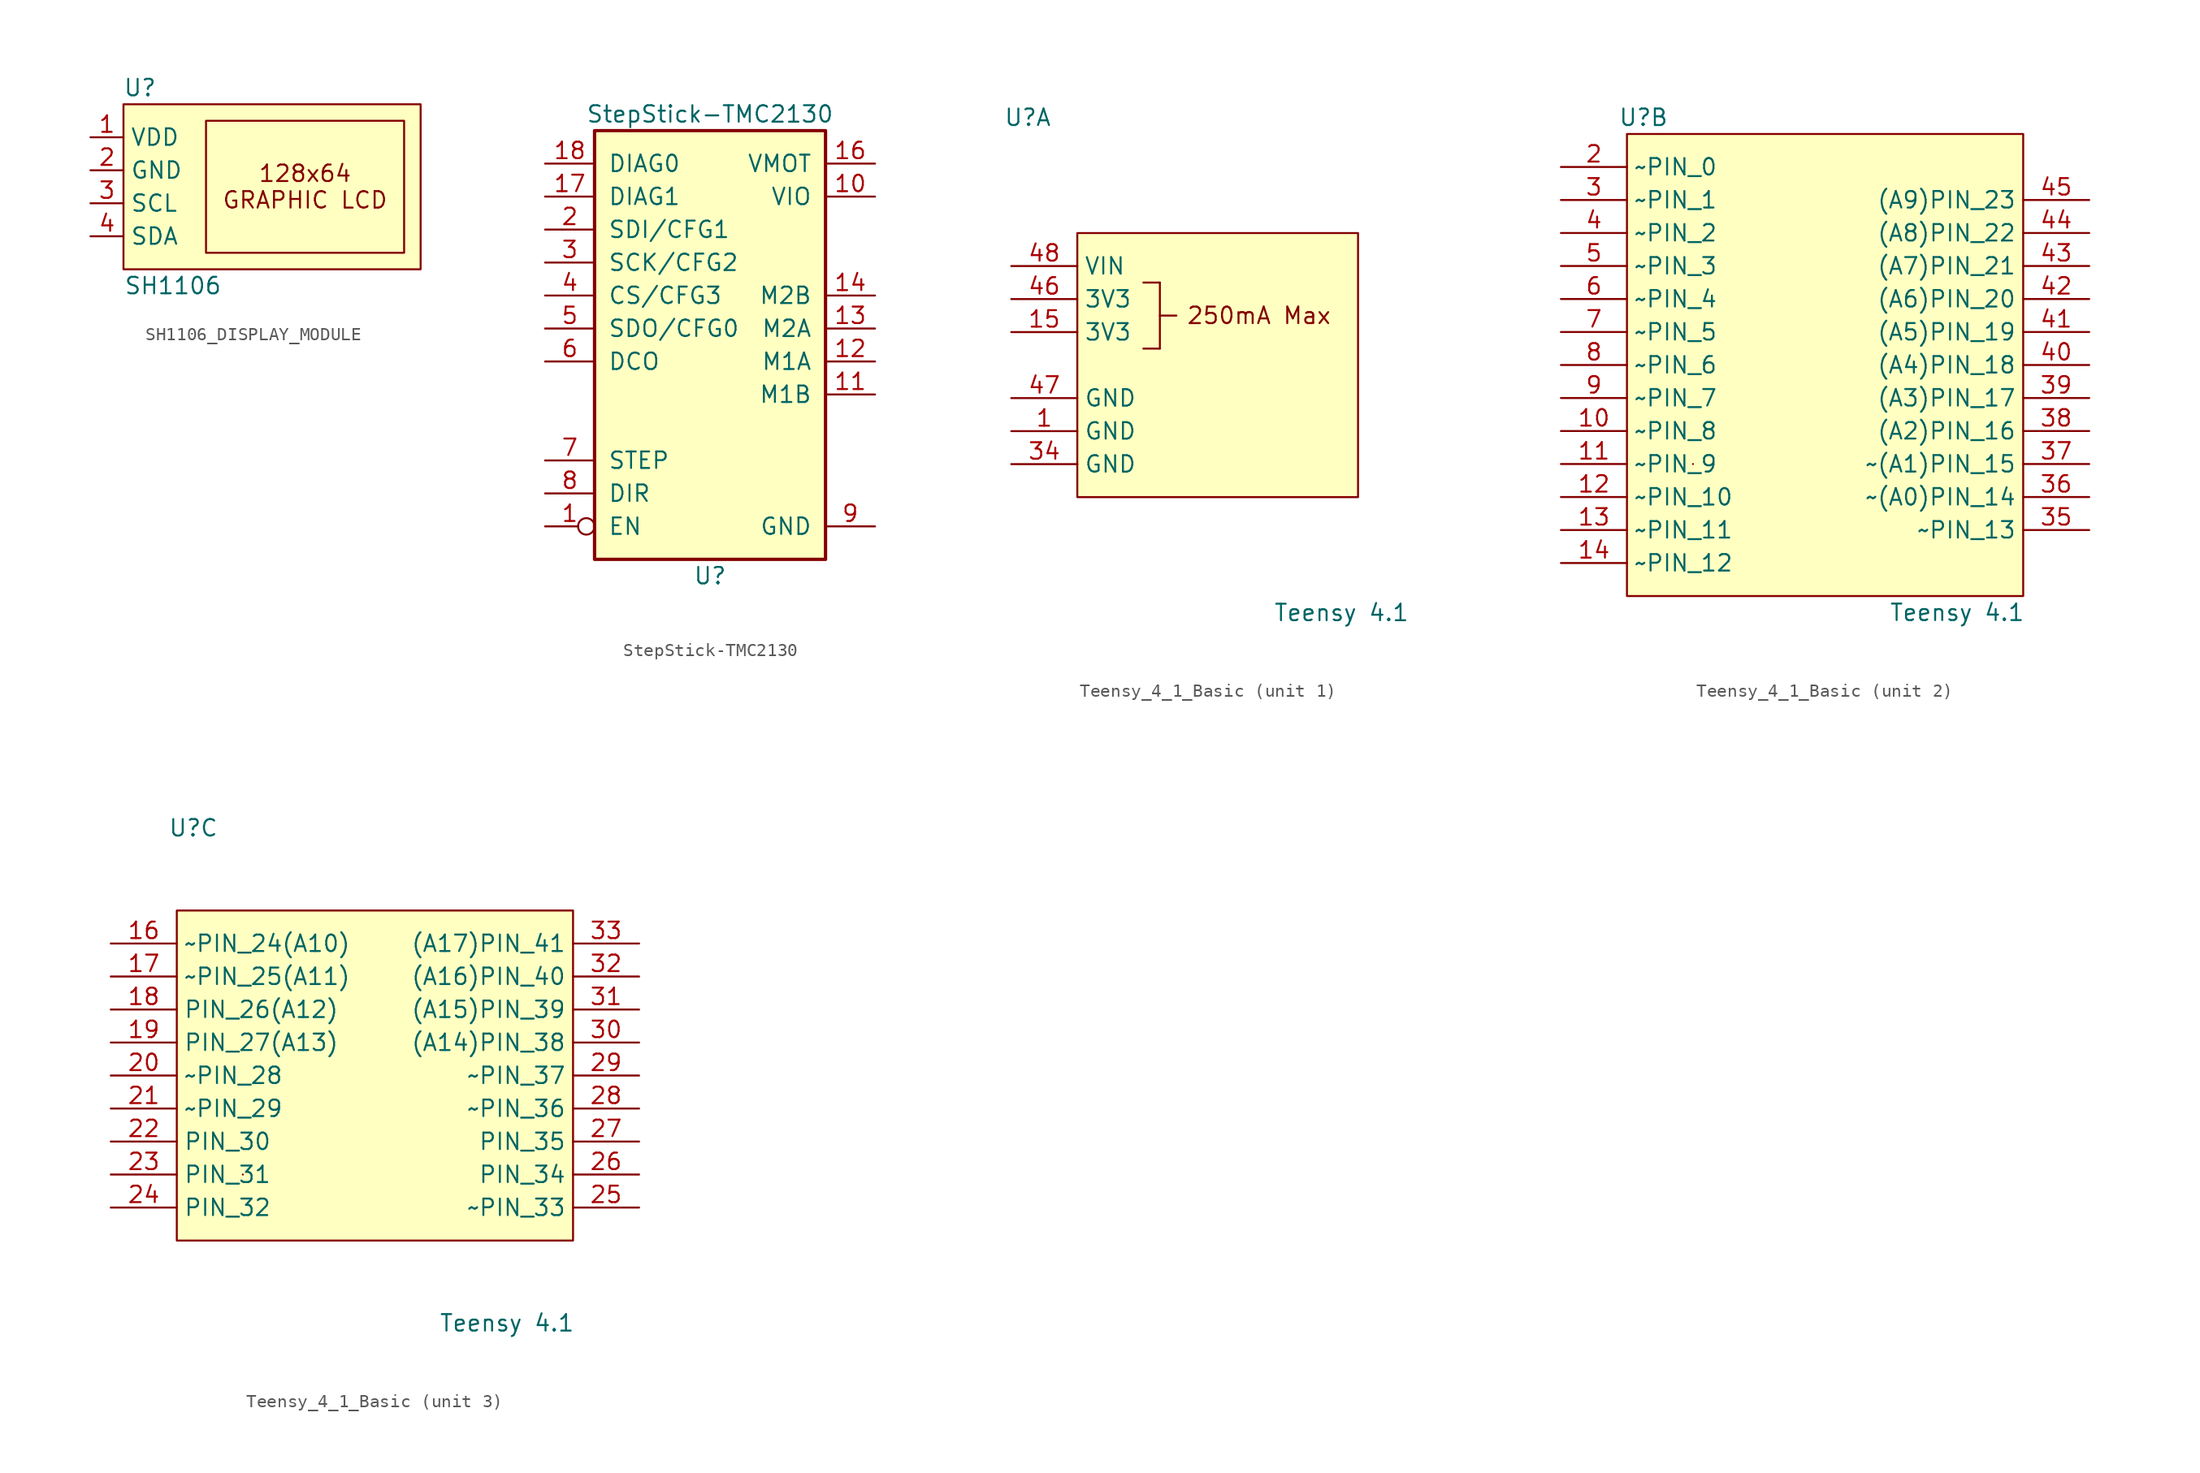
<source format=kicad_sym>
(kicad_symbol_lib
  (version 20220914)
  (generator kicad_symbol_editor)
  (symbol "SH1106_DISPLAY_MODULE"
    (property "Reference" "U"
      (at -10.16 7.62 0)
      (effects (font (size 1.27 1.27))))
    (property "Value" "SH1106"
      (at -7.62 -7.62 0)
      (effects (font (size 1.27 1.27))))
    (symbol "SH1106_DISPLAY_MODULE_1_1"
      (rectangle (start -11.43 6.35) (end 11.43 -6.35) (stroke (width 0) (type default)) (fill (type background)))
      (rectangle (start -5.08 5.08) (end 10.16 -5.08) (stroke (width 0) (type default)) (fill (type none)))
      (text "128x64\nGRAPHIC LCD" (at 2.54 0 0) (effects (font (size 1.27 1.27))))
      (pin power_in line (at -13.97 3.81 0) (length 2.54) (name "VDD" (effects (font (size 1.27 1.27)))) (number "1" (effects (font (size 1.27 1.27)))))
      (pin power_in line (at -13.97 1.27 0) (length 2.54) (name "GND" (effects (font (size 1.27 1.27)))) (number "2" (effects (font (size 1.27 1.27)))))
      (pin input line (at -13.97 -1.27 0) (length 2.54) (name "SCL" (effects (font (size 1.27 1.27)))) (number "3" (effects (font (size 1.27 1.27)))))
      (pin bidirectional line (at -13.97 -3.81 0) (length 2.54) (name "SDA" (effects (font (size 1.27 1.27)))) (number "4" (effects (font (size 1.27 1.27)))))))
  (symbol "StepStick-TMC2130"
    (pin_names
      (offset 1.016))
    (property "Reference" "U"
      (at 0 -17.78 0)
      (effects (font (size 1.27 1.27))))
    (property "Value" "StepStick-TMC2130"
      (at 0 17.78 0)
      (effects (font (size 1.27 1.27))))
    (symbol "StepStick-TMC2130_0_1"
      (rectangle (start -8.89 16.51) (end 8.89 -16.51) (stroke (width 0.254) (type solid)) (fill (type background))))
    (symbol "StepStick-TMC2130_1_1"
      (pin input inverted (at -12.7 -13.97 0) (length 3.81) (name "EN" (effects (font (size 1.27 1.27)))) (number "1" (effects (font (size 1.27 1.27)))))
      (pin power_in line (at 12.7 11.43 180) (length 3.81) (name "VIO" (effects (font (size 1.27 1.27)))) (number "10" (effects (font (size 1.27 1.27)))))
      (pin output line (at 12.7 -3.81 180) (length 3.81) (name "M1B" (effects (font (size 1.27 1.27)))) (number "11" (effects (font (size 1.27 1.27)))))
      (pin output line (at 12.7 -1.27 180) (length 3.81) (name "M1A" (effects (font (size 1.27 1.27)))) (number "12" (effects (font (size 1.27 1.27)))))
      (pin output line (at 12.7 1.27 180) (length 3.81) (name "M2A" (effects (font (size 1.27 1.27)))) (number "13" (effects (font (size 1.27 1.27)))))
      (pin output line (at 12.7 3.81 180) (length 3.81) (name "M2B" (effects (font (size 1.27 1.27)))) (number "14" (effects (font (size 1.27 1.27)))))
      (pin power_in line (at 12.7 -13.97 180) (length 3.81) hide (name "GND" (effects (font (size 1.27 1.27)))) (number "15" (effects (font (size 1.27 1.27)))))
      (pin power_in line (at 12.7 13.97 180) (length 3.81) (name "VMOT" (effects (font (size 1.27 1.27)))) (number "16" (effects (font (size 1.27 1.27)))))
      (pin output line (at -12.7 11.43 0) (length 3.81) (name "DIAG1" (effects (font (size 1.27 1.27)))) (number "17" (effects (font (size 1.27 1.27)))))
      (pin output line (at -12.7 13.97 0) (length 3.81) (name "DIAG0" (effects (font (size 1.27 1.27)))) (number "18" (effects (font (size 1.27 1.27)))))
      (pin input line (at -12.7 8.89 0) (length 3.81) (name "SDI/CFG1" (effects (font (size 1.27 1.27)))) (number "2" (effects (font (size 1.27 1.27)))))
      (pin input line (at -12.7 6.35 0) (length 3.81) (name "SCK/CFG2" (effects (font (size 1.27 1.27)))) (number "3" (effects (font (size 1.27 1.27)))))
      (pin input line (at -12.7 3.81 0) (length 3.81) (name "CS/CFG3" (effects (font (size 1.27 1.27)))) (number "4" (effects (font (size 1.27 1.27)))))
      (pin tri_state line (at -12.7 1.27 0) (length 3.81) (name "SDO/CFG0" (effects (font (size 1.27 1.27)))) (number "5" (effects (font (size 1.27 1.27)))))
      (pin output line (at -12.7 -1.27 0) (length 3.81) (name "DCO" (effects (font (size 1.27 1.27)))) (number "6" (effects (font (size 1.27 1.27)))))
      (pin input line (at -12.7 -8.89 0) (length 3.81) (name "STEP" (effects (font (size 1.27 1.27)))) (number "7" (effects (font (size 1.27 1.27)))))
      (pin input line (at -12.7 -11.43 0) (length 3.81) (name "DIR" (effects (font (size 1.27 1.27)))) (number "8" (effects (font (size 1.27 1.27)))))
      (pin power_in line (at 12.7 -13.97 180) (length 3.81) (name "GND" (effects (font (size 1.27 1.27)))) (number "9" (effects (font (size 1.27 1.27)))))))
  (symbol "Teensy_4_1_Basic"
    (property "Reference" "U"
      (at -13.97 19.05 0)
      (effects (font (size 1.27 1.27))))
    (property "Value" "Teensy 4.1"
      (at 10.16 -19.05 0)
      (effects (font (size 1.27 1.27))))
    (property "ki_locked" ""
      (at 0 0 0)
      (effects (font (size 1.27 1.27))))
    (symbol "Teensy_4_1_Basic_0_1"
      (rectangle (start -10.16 -7.62) (end -10.16 -7.62) (stroke (width 0) (type solid)) (fill (type none))))
    (symbol "Teensy_4_1_Basic_1_0"
      (pin power_out line (at -15.24 -5.08 0) (length 5.08) (name "GND" (effects (font (size 1.27 1.27)))) (number "1" (effects (font (size 1.27 1.27)))))
      (pin power_out line (at -15.24 2.54 0) (length 5.08) (name "3V3" (effects (font (size 1.27 1.27)))) (number "15" (effects (font (size 1.27 1.27)))))
      (pin power_out line (at -15.24 -7.62 0) (length 5.08) (name "GND" (effects (font (size 1.27 1.27)))) (number "34" (effects (font (size 1.27 1.27)))))
      (pin power_out line (at -15.24 5.08 0) (length 5.08) (name "3V3" (effects (font (size 1.27 1.27)))) (number "46" (effects (font (size 1.27 1.27)))))
      (pin power_out line (at -15.24 -2.54 0) (length 5.08) (name "GND" (effects (font (size 1.27 1.27)))) (number "47" (effects (font (size 1.27 1.27)))))
      (pin power_out line (at -15.24 7.62 0) (length 5.08) (name "VIN" (effects (font (size 1.27 1.27)))) (number "48" (effects (font (size 1.27 1.27))))))
    (symbol "Teensy_4_1_Basic_1_1"
      (rectangle (start -10.16 10.16) (end 11.43 -10.16) (stroke (width 0) (type default)) (fill (type background)))
      (polyline (pts (xy -5.08 1.27) (xy -3.81 1.27)) (stroke (width 0) (type default)) (fill (type none)))
      (polyline (pts (xy -3.81 3.81) (xy -2.54 3.81)) (stroke (width 0) (type default)) (fill (type none)))
      (polyline (pts (xy -3.81 6.35) (xy -5.08 6.35)) (stroke (width 0) (type default)) (fill (type none)))
      (polyline (pts (xy -3.81 6.35) (xy -3.81 1.27)) (stroke (width 0) (type default)) (fill (type none)))
      (text "250mA Max" (at 3.81 3.81 0) (effects (font (size 1.27 1.27)))))
    (symbol "Teensy_4_1_Basic_2_0"
      (pin bidirectional line (at -20.32 -5.08 0) (length 5.08) (name "~PIN_8" (effects (font (size 1.27 1.27)))) (number "10" (effects (font (size 1.27 1.27)))))
      (pin bidirectional line (at -20.32 -7.62 0) (length 5.08) (name "~PIN_9" (effects (font (size 1.27 1.27)))) (number "11" (effects (font (size 1.27 1.27)))))
      (pin bidirectional line (at -20.32 -10.16 0) (length 5.08) (name "~PIN_10" (effects (font (size 1.27 1.27)))) (number "12" (effects (font (size 1.27 1.27)))))
      (pin bidirectional line (at -20.32 -12.7 0) (length 5.08) (name "~PIN_11" (effects (font (size 1.27 1.27)))) (number "13" (effects (font (size 1.27 1.27)))))
      (pin bidirectional line (at -20.32 -15.24 0) (length 5.08) (name "~PIN_12" (effects (font (size 1.27 1.27)))) (number "14" (effects (font (size 1.27 1.27)))))
      (pin bidirectional line (at -20.32 15.24 0) (length 5.08) (name "~PIN_0" (effects (font (size 1.27 1.27)))) (number "2" (effects (font (size 1.27 1.27)))))
      (pin bidirectional line (at 20.32 -12.7 180) (length 5.08) (name "~PIN_13" (effects (font (size 1.27 1.27)))) (number "35" (effects (font (size 1.27 1.27)))))
      (pin bidirectional line (at 20.32 -10.16 180) (length 5.08) (name "~(A0)PIN_14" (effects (font (size 1.27 1.27)))) (number "36" (effects (font (size 1.27 1.27)))))
      (pin bidirectional line (at 20.32 -7.62 180) (length 5.08) (name "~(A1)PIN_15" (effects (font (size 1.27 1.27)))) (number "37" (effects (font (size 1.27 1.27)))))
      (pin bidirectional line (at 20.32 -5.08 180) (length 5.08) (name "(A2)PIN_16" (effects (font (size 1.27 1.27)))) (number "38" (effects (font (size 1.27 1.27)))))
      (pin bidirectional line (at 20.32 -2.54 180) (length 5.08) (name "(A3)PIN_17" (effects (font (size 1.27 1.27)))) (number "39" (effects (font (size 1.27 1.27)))))
      (pin bidirectional line (at 20.32 0 180) (length 5.08) (name "(A4)PIN_18" (effects (font (size 1.27 1.27)))) (number "40" (effects (font (size 1.27 1.27)))))
      (pin bidirectional line (at 20.32 2.54 180) (length 5.08) (name "(A5)PIN_19" (effects (font (size 1.27 1.27)))) (number "41" (effects (font (size 1.27 1.27)))))
      (pin bidirectional line (at 20.32 5.08 180) (length 5.08) (name "(A6)PIN_20" (effects (font (size 1.27 1.27)))) (number "42" (effects (font (size 1.27 1.27)))))
      (pin bidirectional line (at 20.32 7.62 180) (length 5.08) (name "(A7)PIN_21" (effects (font (size 1.27 1.27)))) (number "43" (effects (font (size 1.27 1.27)))))
      (pin bidirectional line (at 20.32 10.16 180) (length 5.08) (name "(A8)PIN_22" (effects (font (size 1.27 1.27)))) (number "44" (effects (font (size 1.27 1.27)))))
      (pin bidirectional line (at 20.32 12.7 180) (length 5.08) (name "(A9)PIN_23" (effects (font (size 1.27 1.27)))) (number "45" (effects (font (size 1.27 1.27)))))
      (pin bidirectional line (at -20.32 7.62 0) (length 5.08) (name "~PIN_3" (effects (font (size 1.27 1.27)))) (number "5" (effects (font (size 1.27 1.27)))))
      (pin bidirectional line (at -20.32 5.08 0) (length 5.08) (name "~PIN_4" (effects (font (size 1.27 1.27)))) (number "6" (effects (font (size 1.27 1.27)))))
      (pin bidirectional line (at -20.32 2.54 0) (length 5.08) (name "~PIN_5" (effects (font (size 1.27 1.27)))) (number "7" (effects (font (size 1.27 1.27)))))
      (pin bidirectional line (at -20.32 0 0) (length 5.08) (name "~PIN_6" (effects (font (size 1.27 1.27)))) (number "8" (effects (font (size 1.27 1.27)))))
      (pin bidirectional line (at -20.32 -2.54 0) (length 5.08) (name "~PIN_7" (effects (font (size 1.27 1.27)))) (number "9" (effects (font (size 1.27 1.27))))))
    (symbol "Teensy_4_1_Basic_2_1"
      (rectangle (start -15.24 17.78) (end 15.24 -17.78) (stroke (width 0) (type default)) (fill (type background)))
      (pin bidirectional line (at -20.32 12.7 0) (length 5.08) (name "~PIN_1" (effects (font (size 1.27 1.27)))) (number "3" (effects (font (size 1.27 1.27)))))
      (pin bidirectional line (at -20.32 10.16 0) (length 5.08) (name "~PIN_2" (effects (font (size 1.27 1.27)))) (number "4" (effects (font (size 1.27 1.27))))))
    (symbol "Teensy_4_1_Basic_3_0"
      (pin bidirectional line (at -20.32 10.16 0) (length 5.08) (name "~PIN_24(A10)" (effects (font (size 1.27 1.27)))) (number "16" (effects (font (size 1.27 1.27)))))
      (pin bidirectional line (at -20.32 7.62 0) (length 5.08) (name "~PIN_25(A11)" (effects (font (size 1.27 1.27)))) (number "17" (effects (font (size 1.27 1.27)))))
      (pin bidirectional line (at -20.32 5.08 0) (length 5.08) (name "PIN_26(A12)" (effects (font (size 1.27 1.27)))) (number "18" (effects (font (size 1.27 1.27)))))
      (pin bidirectional line (at -20.32 2.54 0) (length 5.08) (name "PIN_27(A13)" (effects (font (size 1.27 1.27)))) (number "19" (effects (font (size 1.27 1.27)))))
      (pin bidirectional line (at -20.32 0 0) (length 5.08) (name "~PIN_28" (effects (font (size 1.27 1.27)))) (number "20" (effects (font (size 1.27 1.27)))))
      (pin bidirectional line (at -20.32 -2.54 0) (length 5.08) (name "~PIN_29" (effects (font (size 1.27 1.27)))) (number "21" (effects (font (size 1.27 1.27)))))
      (pin bidirectional line (at -20.32 -5.08 0) (length 5.08) (name "PIN_30" (effects (font (size 1.27 1.27)))) (number "22" (effects (font (size 1.27 1.27)))))
      (pin bidirectional line (at -20.32 -7.62 0) (length 5.08) (name "PIN_31" (effects (font (size 1.27 1.27)))) (number "23" (effects (font (size 1.27 1.27)))))
      (pin bidirectional line (at -20.32 -10.16 0) (length 5.08) (name "PIN_32" (effects (font (size 1.27 1.27)))) (number "24" (effects (font (size 1.27 1.27)))))
      (pin bidirectional line (at 20.32 -10.16 180) (length 5.08) (name "~PIN_33" (effects (font (size 1.27 1.27)))) (number "25" (effects (font (size 1.27 1.27)))))
      (pin bidirectional line (at 20.32 -7.62 180) (length 5.08) (name "PIN_34" (effects (font (size 1.27 1.27)))) (number "26" (effects (font (size 1.27 1.27)))))
      (pin bidirectional line (at 20.32 -5.08 180) (length 5.08) (name "PIN_35" (effects (font (size 1.27 1.27)))) (number "27" (effects (font (size 1.27 1.27)))))
      (pin bidirectional line (at 20.32 -2.54 180) (length 5.08) (name "~PIN_36" (effects (font (size 1.27 1.27)))) (number "28" (effects (font (size 1.27 1.27)))))
      (pin bidirectional line (at 20.32 0 180) (length 5.08) (name "~PIN_37" (effects (font (size 1.27 1.27)))) (number "29" (effects (font (size 1.27 1.27)))))
      (pin bidirectional line (at 20.32 2.54 180) (length 5.08) (name "(A14)PIN_38" (effects (font (size 1.27 1.27)))) (number "30" (effects (font (size 1.27 1.27)))))
      (pin bidirectional line (at 20.32 5.08 180) (length 5.08) (name "(A15)PIN_39" (effects (font (size 1.27 1.27)))) (number "31" (effects (font (size 1.27 1.27)))))
      (pin bidirectional line (at 20.32 7.62 180) (length 5.08) (name "(A16)PIN_40" (effects (font (size 1.27 1.27)))) (number "32" (effects (font (size 1.27 1.27)))))
      (pin bidirectional line (at 20.32 10.16 180) (length 5.08) (name "(A17)PIN_41" (effects (font (size 1.27 1.27)))) (number "33" (effects (font (size 1.27 1.27))))))
    (symbol "Teensy_4_1_Basic_3_1"
      (rectangle (start -15.24 12.7) (end 15.24 -12.7) (stroke (width 0) (type default)) (fill (type background))))))
</source>
